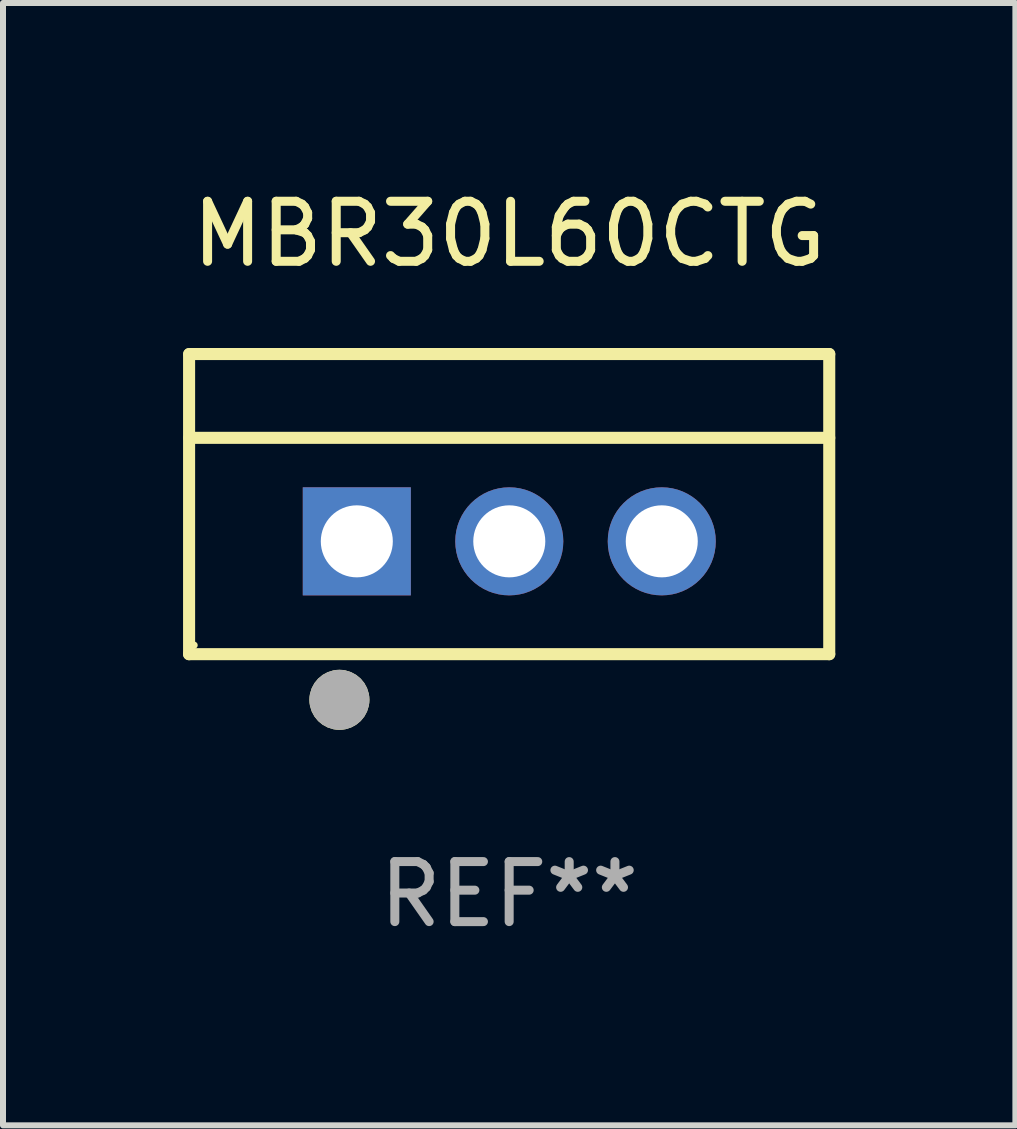
<source format=kicad_pcb>
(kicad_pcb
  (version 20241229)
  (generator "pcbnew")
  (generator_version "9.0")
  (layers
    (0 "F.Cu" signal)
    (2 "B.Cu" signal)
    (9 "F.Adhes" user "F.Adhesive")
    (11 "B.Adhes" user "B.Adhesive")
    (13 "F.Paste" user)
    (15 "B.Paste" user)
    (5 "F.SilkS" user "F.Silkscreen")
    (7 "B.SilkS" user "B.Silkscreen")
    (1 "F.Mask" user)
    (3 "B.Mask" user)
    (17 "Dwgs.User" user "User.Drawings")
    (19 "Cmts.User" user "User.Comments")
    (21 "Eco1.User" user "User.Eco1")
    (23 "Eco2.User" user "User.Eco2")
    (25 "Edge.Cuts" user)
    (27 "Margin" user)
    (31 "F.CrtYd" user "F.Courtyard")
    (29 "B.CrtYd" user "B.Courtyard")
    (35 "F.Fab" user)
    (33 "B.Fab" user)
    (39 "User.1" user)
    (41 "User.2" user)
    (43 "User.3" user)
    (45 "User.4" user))
  (footprint "MBR30L60CTG"
    (layer "F.Cu")
    (at 5.432 5.348)
    (property "Reference" "MBR30L60CTG" (at 0 -4.5 0) (layer "F.SilkS") (effects (font (size 1 1) (thickness 0.15))))
    (attr through_hole)
    (fp_line (start -5.332 2.5) (end -5.332 -2.5) (stroke (width 0.201) (type solid)) (layer "F.SilkS"))
    (fp_line (start -5.328 -2.5) (end 5.332 -2.5) (stroke (width 0.201) (type solid)) (layer "F.SilkS"))
    (fp_line (start -5.328 -1.104) (end 5.332 -1.104) (stroke (width 0.201) (type solid)) (layer "F.SilkS"))
    (fp_line (start 5.332 -2.5) (end 5.332 2.5) (stroke (width 0.201) (type solid)) (layer "F.SilkS"))
    (fp_line (start 5.332 2.5) (end -5.332 2.5) (stroke (width 0.201) (type solid)) (layer "F.SilkS"))
    (fp_circle (center -5.248 2.35) (end -5.218 2.35) (stroke (width 0.06) (type solid)) (fill no) (layer "F.SilkS"))
    (fp_circle (center -2.828 3.26) (end -2.578 3.26) (stroke (width 0.5) (type solid)) (fill no) (layer "F.SilkS"))
    (fp_circle (center -2.828 3.26) (end -2.578 3.26) (stroke (width 0.5) (type solid)) (fill no) (layer "F.Fab"))
    (fp_text user "REF**" (at 0 6.5 0) (layer "F.Fab") (effects (font (size 1 1) (thickness 0.15))))
    (pad "1" thru_hole rect (at -2.538 0.62) (size 1.8 1.8) (drill 1.2) (layers "*.Cu" "*.Mask"))
    (pad "2" thru_hole circle (at 0.002 0.62) (size 1.8 1.8) (drill 1.2) (layers "*.Cu" "*.Mask"))
    (pad "3" thru_hole circle (at 2.542 0.62) (size 1.8 1.8) (drill 1.2) (layers "*.Cu" "*.Mask")))
  (gr_rect
    (start -3 -3)
    (end 13.865 15.697)
    (stroke (width 0.1) (type default))
    (fill no)
    (layer "Edge.Cuts")))
</source>
